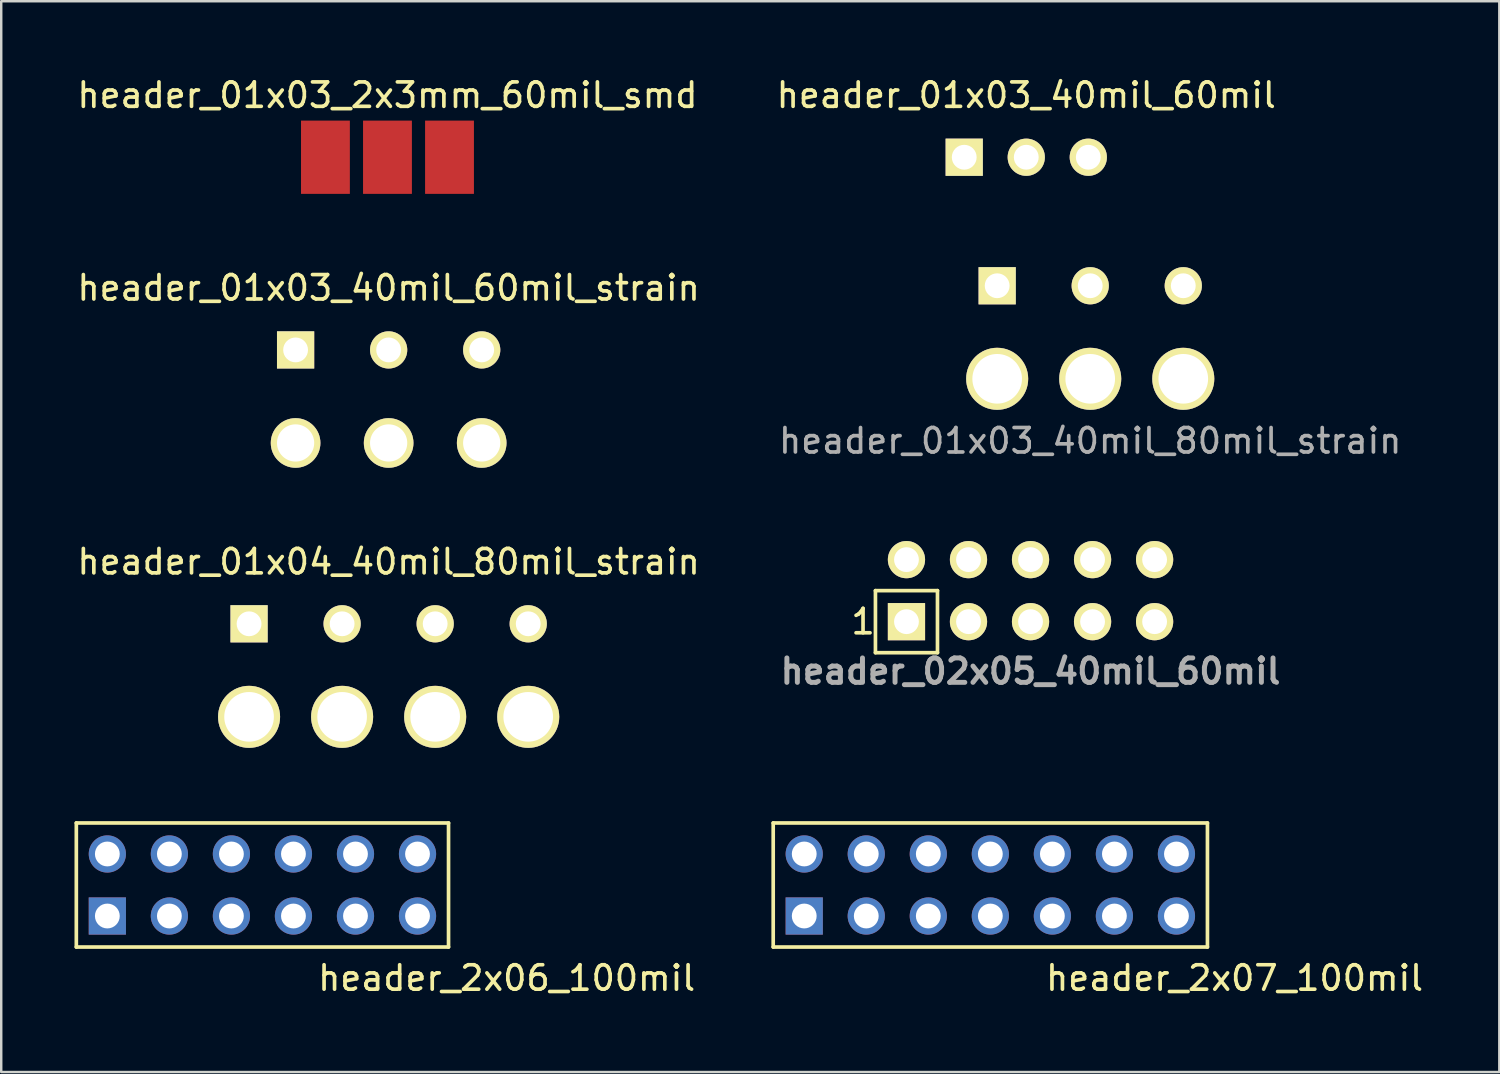
<source format=kicad_pcb>
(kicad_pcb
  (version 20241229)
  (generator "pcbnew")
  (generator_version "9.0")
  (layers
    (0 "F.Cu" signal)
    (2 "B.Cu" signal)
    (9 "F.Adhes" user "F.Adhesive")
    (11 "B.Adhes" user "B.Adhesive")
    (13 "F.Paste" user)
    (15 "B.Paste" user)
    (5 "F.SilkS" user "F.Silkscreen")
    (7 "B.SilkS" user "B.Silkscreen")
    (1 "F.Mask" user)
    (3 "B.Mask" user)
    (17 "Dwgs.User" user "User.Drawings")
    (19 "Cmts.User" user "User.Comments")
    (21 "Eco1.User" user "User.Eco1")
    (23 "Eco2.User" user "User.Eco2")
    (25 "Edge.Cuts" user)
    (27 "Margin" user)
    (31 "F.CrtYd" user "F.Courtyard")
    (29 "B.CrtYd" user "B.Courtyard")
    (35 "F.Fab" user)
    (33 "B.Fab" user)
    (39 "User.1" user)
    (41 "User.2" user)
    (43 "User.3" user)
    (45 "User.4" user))
  (footprint "header_2x07_100mil"
    (layer "F.Cu")
    (at 37.499 33.186)
    (property "Reference" "header_2x07_100mil" (at 10 3.81 0) (layer "F.SilkS") (effects (font (size 1 1) (thickness 0.15))))
    (attr through_hole)
    (fp_line (start -8.89 -2.54) (end 8.89 -2.54) (stroke (width 0.15) (type solid)) (layer "F.SilkS"))
    (fp_line (start -8.89 2.54) (end -8.89 -2.54) (stroke (width 0.15) (type solid)) (layer "F.SilkS"))
    (fp_line (start 8.89 2.54) (end -8.89 2.54) (stroke (width 0.15) (type solid)) (layer "F.SilkS"))
    (fp_line (start 8.89 2.54) (end 8.89 -2.54) (stroke (width 0.15) (type solid)) (layer "F.SilkS"))
    (pad "1" thru_hole rect (at -7.62 1.27) (size 1.524 1.524) (drill 1.016) (layers "*.Cu" "*.Mask"))
    (pad "2" thru_hole circle (at -7.62 -1.27) (size 1.524 1.524) (drill 1.016) (layers "*.Cu" "*.Mask"))
    (pad "3" thru_hole circle (at -5.08 1.27) (size 1.524 1.524) (drill 1.016) (layers "*.Cu" "*.Mask"))
    (pad "4" thru_hole circle (at -5.08 -1.27) (size 1.524 1.524) (drill 1.016) (layers "*.Cu" "*.Mask"))
    (pad "5" thru_hole circle (at -2.54 1.27) (size 1.524 1.524) (drill 1.016) (layers "*.Cu" "*.Mask"))
    (pad "6" thru_hole circle (at -2.54 -1.27) (size 1.524 1.524) (drill 1.016) (layers "*.Cu" "*.Mask"))
    (pad "7" thru_hole circle (at 0 1.27) (size 1.524 1.524) (drill 1.016) (layers "*.Cu" "*.Mask"))
    (pad "8" thru_hole circle (at 0 -1.27) (size 1.524 1.524) (drill 1.016) (layers "*.Cu" "*.Mask"))
    (pad "9" thru_hole circle (at 2.54 1.27) (size 1.524 1.524) (drill 1.016) (layers "*.Cu" "*.Mask"))
    (pad "10" thru_hole circle (at 2.54 -1.27) (size 1.524 1.524) (drill 1.016) (layers "*.Cu" "*.Mask"))
    (pad "11" thru_hole circle (at 5.08 1.27) (size 1.524 1.524) (drill 1.016) (layers "*.Cu" "*.Mask"))
    (pad "12" thru_hole circle (at 5.08 -1.27) (size 1.524 1.524) (drill 1.016) (layers "*.Cu" "*.Mask"))
    (pad "13" thru_hole circle (at 7.62 1.27) (size 1.524 1.524) (drill 1.016) (layers "*.Cu" "*.Mask"))
    (pad "14" thru_hole circle (at 7.62 -1.27) (size 1.524 1.524) (drill 1.016) (layers "*.Cu" "*.Mask")))
  (footprint "header_01x03_40mil_60mil_strain"
    (layer "F.Cu")
    (at 12.863 11.277)
    (property "Reference" "header_01x03_40mil_60mil_strain" (at 0 -2.54 0) (layer "F.SilkS") (effects (font (size 1 1) (thickness 0.15))))
    (attr through_hole)
    (pad "1" thru_hole rect (at -3.81 0) (size 1.524 1.524) (drill 1.016) (layers "*.Cu" "*.Mask" "F.SilkS"))
    (pad "2" thru_hole circle (at 0 0) (size 1.524 1.524) (drill 1.016) (layers "*.Cu" "*.Mask" "F.SilkS"))
    (pad "3" thru_hole circle (at 3.81 0) (size 1.524 1.524) (drill 1.016) (layers "*.Cu" "*.Mask" "F.SilkS"))
    (pad "NC1" thru_hole circle (at -3.81 3.81) (size 2.032 2.032) (drill 1.524) (layers "*.Cu" "*.Mask" "F.SilkS"))
    (pad "NC2" thru_hole circle (at 0 3.81) (size 2.032 2.032) (drill 1.524) (layers "*.Cu" "*.Mask" "F.SilkS"))
    (pad "NC3" thru_hole circle (at 3.81 3.81) (size 2.032 2.032) (drill 1.524) (layers "*.Cu" "*.Mask" "F.SilkS")))
  (footprint "header_01x04_40mil_80mil_strain"
    (layer "F.Cu")
    (at 12.863 24.396)
    (property "Reference" "header_01x04_40mil_80mil_strain" (at 0 -4.445 0) (layer "F.SilkS") (effects (font (size 1 1) (thickness 0.15))))
    (attr through_hole)
    (pad "1" thru_hole rect (at -5.715 -1.905) (size 1.524 1.524) (drill 1.016) (layers "*.Cu" "*.Mask" "F.SilkS"))
    (pad "2" thru_hole circle (at -1.905 -1.905) (size 1.524 1.524) (drill 1.016) (layers "*.Cu" "*.Mask" "F.SilkS"))
    (pad "3" thru_hole circle (at 1.905 -1.905) (size 1.524 1.524) (drill 1.016) (layers "*.Cu" "*.Mask" "F.SilkS"))
    (pad "4" thru_hole circle (at 5.715 -1.905) (size 1.524 1.524) (drill 1.016) (layers "*.Cu" "*.Mask" "F.SilkS"))
    (pad "NC1" thru_hole circle (at -5.715 1.905) (size 2.54 2.54) (drill 2.032) (layers "*.Cu" "*.Mask" "F.SilkS"))
    (pad "NC2" thru_hole circle (at -1.905 1.905) (size 2.54 2.54) (drill 2.032) (layers "*.Cu" "*.Mask" "F.SilkS"))
    (pad "NC3" thru_hole circle (at 1.905 1.905) (size 2.54 2.54) (drill 2.032) (layers "*.Cu" "*.Mask" "F.SilkS"))
    (pad "NC4" thru_hole circle (at 5.715 1.905) (size 2.54 2.54) (drill 2.032) (layers "*.Cu" "*.Mask" "F.SilkS")))
  (footprint "header_02x05_40mil_60mil"
    (layer "F.Cu")
    (at 39.145 21.134)
    (property "Reference" "header_02x05_40mil_60mil" (at 0 3.302 0) (layer "F.Fab") (effects (font (size 1 1) (thickness 0.203))))
    (attr through_hole)
    (fp_line (start -6.35 0) (end -3.81 0) (stroke (width 0.15) (type solid)) (layer "F.SilkS"))
    (fp_line (start -6.35 2.54) (end -6.35 0) (stroke (width 0.15) (type solid)) (layer "F.SilkS"))
    (fp_line (start -3.81 0) (end -3.81 2.54) (stroke (width 0.15) (type solid)) (layer "F.SilkS"))
    (fp_line (start -3.81 2.54) (end -6.35 2.54) (stroke (width 0.15) (type solid)) (layer "F.SilkS"))
    (fp_text user "1" (at -6.858 1.27 0) (layer "F.SilkS") (effects (font (size 1 1) (thickness 0.15))))
    (pad "1" thru_hole rect (at -5.08 1.27) (size 1.524 1.524) (drill 1.016) (layers "*.Cu" "*.Mask" "F.SilkS"))
    (pad "2" thru_hole circle (at -5.08 -1.27) (size 1.524 1.524) (drill 1.016) (layers "*.Cu" "*.Mask" "F.SilkS"))
    (pad "3" thru_hole circle (at -2.54 1.27) (size 1.524 1.524) (drill 1.016) (layers "*.Cu" "*.Mask" "F.SilkS"))
    (pad "4" thru_hole circle (at -2.54 -1.27) (size 1.524 1.524) (drill 1.016) (layers "*.Cu" "*.Mask" "F.SilkS"))
    (pad "5" thru_hole circle (at 0 1.27) (size 1.524 1.524) (drill 1.016) (layers "*.Cu" "*.Mask" "F.SilkS"))
    (pad "6" thru_hole circle (at 0 -1.27) (size 1.524 1.524) (drill 1.016) (layers "*.Cu" "*.Mask" "F.SilkS"))
    (pad "7" thru_hole circle (at 2.54 1.27) (size 1.524 1.524) (drill 1.016) (layers "*.Cu" "*.Mask" "F.SilkS"))
    (pad "8" thru_hole circle (at 2.54 -1.27) (size 1.524 1.524) (drill 1.016) (layers "*.Cu" "*.Mask" "F.SilkS"))
    (pad "9" thru_hole circle (at 5.08 1.27) (size 1.524 1.524) (drill 1.016) (layers "*.Cu" "*.Mask" "F.SilkS"))
    (pad "10" thru_hole circle (at 5.08 -1.27) (size 1.524 1.524) (drill 1.016) (layers "*.Cu" "*.Mask" "F.SilkS")))
  (footprint "header_01x03_2x3mm_60mil_smd"
    (layer "F.Cu")
    (at 12.815 3.388)
    (property "Reference" "header_01x03_2x3mm_60mil_smd" (at 0 -2.54 0) (layer "F.SilkS") (effects (font (size 1 1) (thickness 0.15))))
    (attr through_hole)
    (pad "1" smd rect (at -2.54 0) (size 2 3) (layers "F.Cu" "F.Mask" "F.Paste"))
    (pad "2" smd rect (at 0 0) (size 2 3) (layers "F.Cu" "F.Mask" "F.Paste"))
    (pad "3" smd rect (at 2.54 0) (size 2 3) (layers "F.Cu" "F.Mask" "F.Paste")))
  (footprint "header_2x06_100mil"
    (layer "F.Cu")
    (at 7.695 33.186)
    (property "Reference" "header_2x06_100mil" (at 10 3.81 0) (layer "F.SilkS") (effects (font (size 1 1) (thickness 0.15))))
    (attr through_hole)
    (fp_line (start -7.62 -2.54) (end 7.62 -2.54) (stroke (width 0.15) (type solid)) (layer "F.SilkS"))
    (fp_line (start -7.62 2.54) (end -7.62 -2.54) (stroke (width 0.15) (type solid)) (layer "F.SilkS"))
    (fp_line (start 7.62 2.54) (end -7.62 2.54) (stroke (width 0.15) (type solid)) (layer "F.SilkS"))
    (fp_line (start 7.62 2.54) (end 7.62 -2.54) (stroke (width 0.15) (type solid)) (layer "F.SilkS"))
    (pad "1" thru_hole rect (at -6.35 1.27) (size 1.524 1.524) (drill 1.016) (layers "*.Cu" "*.Mask"))
    (pad "2" thru_hole circle (at -6.35 -1.27) (size 1.524 1.524) (drill 1.016) (layers "*.Cu" "*.Mask"))
    (pad "3" thru_hole circle (at -3.81 1.27) (size 1.524 1.524) (drill 1.016) (layers "*.Cu" "*.Mask"))
    (pad "4" thru_hole circle (at -3.81 -1.27) (size 1.524 1.524) (drill 1.016) (layers "*.Cu" "*.Mask"))
    (pad "5" thru_hole circle (at -1.27 1.27) (size 1.524 1.524) (drill 1.016) (layers "*.Cu" "*.Mask"))
    (pad "6" thru_hole circle (at -1.27 -1.27) (size 1.524 1.524) (drill 1.016) (layers "*.Cu" "*.Mask"))
    (pad "7" thru_hole circle (at 1.27 1.27) (size 1.524 1.524) (drill 1.016) (layers "*.Cu" "*.Mask"))
    (pad "8" thru_hole circle (at 1.27 -1.27) (size 1.524 1.524) (drill 1.016) (layers "*.Cu" "*.Mask"))
    (pad "9" thru_hole circle (at 3.81 1.27) (size 1.524 1.524) (drill 1.016) (layers "*.Cu" "*.Mask"))
    (pad "10" thru_hole circle (at 3.81 -1.27) (size 1.524 1.524) (drill 1.016) (layers "*.Cu" "*.Mask"))
    (pad "11" thru_hole circle (at 6.35 1.27) (size 1.524 1.524) (drill 1.016) (layers "*.Cu" "*.Mask"))
    (pad "12" thru_hole circle (at 6.35 -1.27) (size 1.524 1.524) (drill 1.016) (layers "*.Cu" "*.Mask")))
  (footprint "header_01x03_40mil_80mil_strain"
    (layer "F.Cu")
    (at 41.589 8.65)
    (property "Reference" "header_01x03_40mil_80mil_strain" (at 0 6.35 0) (layer "F.Fab") (effects (font (size 1 1) (thickness 0.15))))
    (attr through_hole)
    (pad "1" thru_hole rect (at -3.81 0) (size 1.524 1.524) (drill 1.016) (layers "*.Cu" "*.Mask" "F.SilkS"))
    (pad "2" thru_hole circle (at 0 0) (size 1.524 1.524) (drill 1.016) (layers "*.Cu" "*.Mask" "F.SilkS"))
    (pad "3" thru_hole circle (at 3.81 0) (size 1.524 1.524) (drill 1.016) (layers "*.Cu" "*.Mask" "F.SilkS"))
    (pad "NC1" thru_hole circle (at -3.81 3.81) (size 2.54 2.54) (drill 2.032) (layers "*.Cu" "*.Mask" "F.SilkS"))
    (pad "NC2" thru_hole circle (at 0 3.81) (size 2.54 2.54) (drill 2.032) (layers "*.Cu" "*.Mask" "F.SilkS"))
    (pad "NC3" thru_hole circle (at 3.81 3.81) (size 2.54 2.54) (drill 2.032) (layers "*.Cu" "*.Mask" "F.SilkS")))
  (footprint "header_01x03_40mil_60mil"
    (layer "F.Cu")
    (at 38.97 3.388)
    (property "Reference" "header_01x03_40mil_60mil" (at 0 -2.54 0) (layer "F.SilkS") (effects (font (size 1 1) (thickness 0.15))))
    (attr through_hole)
    (pad "1" thru_hole rect (at -2.54 0) (size 1.524 1.524) (drill 1.016) (layers "*.Cu" "*.Mask" "F.SilkS"))
    (pad "2" thru_hole circle (at 0 0) (size 1.524 1.524) (drill 1.016) (layers "*.Cu" "*.Mask" "F.SilkS"))
    (pad "3" thru_hole circle (at 2.54 0) (size 1.524 1.524) (drill 1.016) (layers "*.Cu" "*.Mask" "F.SilkS")))
  (gr_rect
    (start -3 -3)
    (end 58.339 40.844)
    (stroke (width 0.1) (type default))
    (fill no)
    (layer "Edge.Cuts")))
</source>
